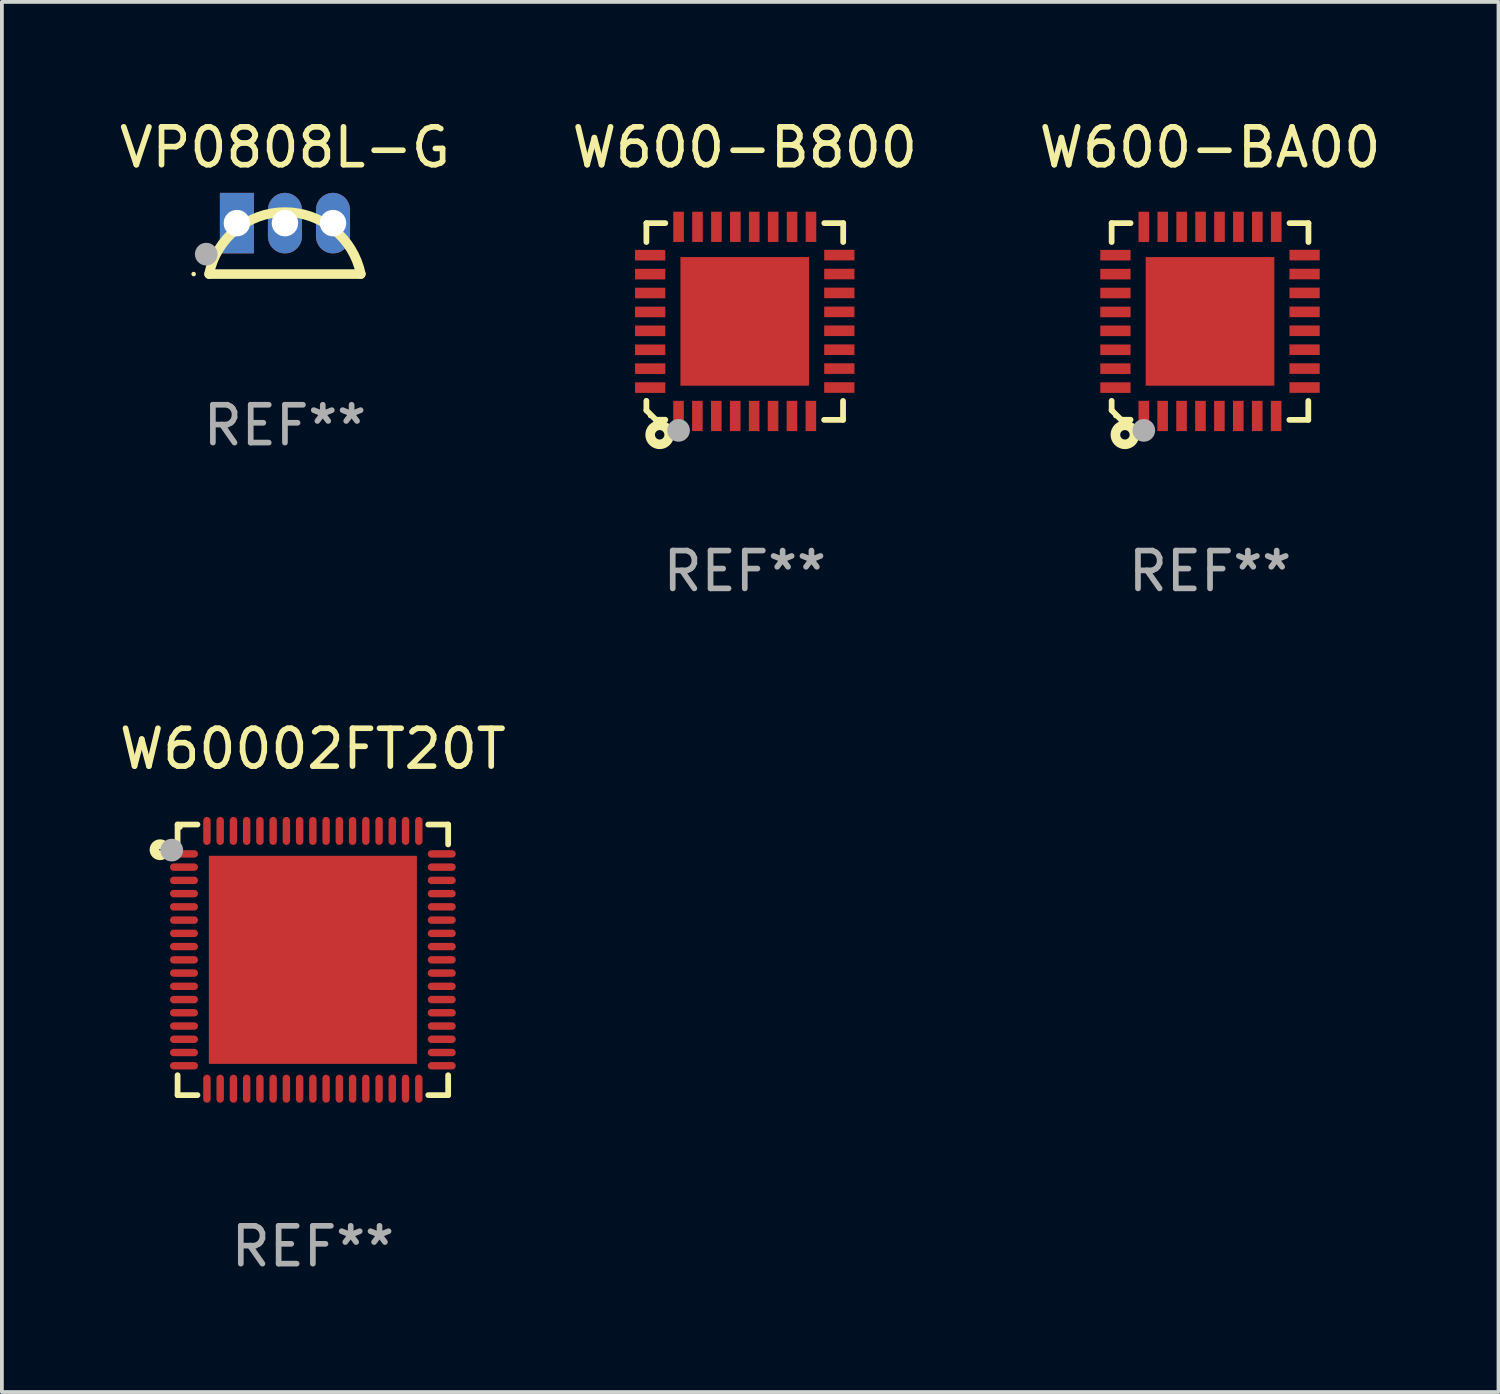
<source format=kicad_pcb>
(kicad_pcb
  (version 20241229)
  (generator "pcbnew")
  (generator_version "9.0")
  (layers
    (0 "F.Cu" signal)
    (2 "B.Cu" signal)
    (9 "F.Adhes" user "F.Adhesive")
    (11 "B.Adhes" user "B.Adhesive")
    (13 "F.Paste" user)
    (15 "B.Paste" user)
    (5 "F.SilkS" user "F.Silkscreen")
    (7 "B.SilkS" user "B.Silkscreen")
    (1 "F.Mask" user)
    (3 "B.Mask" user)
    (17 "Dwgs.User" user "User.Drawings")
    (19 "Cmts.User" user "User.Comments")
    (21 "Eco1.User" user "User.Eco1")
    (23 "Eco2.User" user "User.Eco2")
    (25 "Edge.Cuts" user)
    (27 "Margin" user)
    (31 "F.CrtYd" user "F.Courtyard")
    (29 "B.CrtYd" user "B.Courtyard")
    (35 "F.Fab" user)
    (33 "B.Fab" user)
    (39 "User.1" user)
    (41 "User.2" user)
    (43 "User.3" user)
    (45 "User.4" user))
  (footprint "W600-B800"
    (layer "F.Cu")
    (at 16.637 5.448)
    (property "Reference" "W600-B800" (at 0 -4.6 0) (layer "F.SilkS") (effects (font (size 1 1) (thickness 0.15))))
    (attr through_hole)
    (fp_line (start -2.601 2.097) (end -2.601 2.347) (stroke (width 0.152) (type solid)) (layer "F.SilkS"))
    (fp_line (start -2.601 2.347) (end -2.351 2.597) (stroke (width 0.152) (type solid)) (layer "F.SilkS"))
    (fp_line (start -2.601 -2.6) (end -2.601 -2.1) (stroke (width 0.152) (type solid)) (layer "F.SilkS"))
    (fp_line (start -2.601 -2.6) (end -2.101 -2.6) (stroke (width 0.152) (type solid)) (layer "F.SilkS"))
    (fp_line (start -2.351 2.597) (end -2.101 2.597) (stroke (width 0.152) (type solid)) (layer "F.SilkS"))
    (fp_line (start 2.597 2.6) (end 2.097 2.6) (stroke (width 0.152) (type solid)) (layer "F.SilkS"))
    (fp_line (start 2.597 2.6) (end 2.597 2.1) (stroke (width 0.152) (type solid)) (layer "F.SilkS"))
    (fp_line (start 2.601 -2.6) (end 2.101 -2.6) (stroke (width 0.152) (type solid)) (layer "F.SilkS"))
    (fp_line (start 2.601 -2.6) (end 2.601 -2.1) (stroke (width 0.152) (type solid)) (layer "F.SilkS"))
    (fp_circle (center -2.501 2.497) (end -2.471 2.497) (stroke (width 0.06) (type solid)) (fill no) (layer "F.SilkS"))
    (fp_circle (center -2.25 2.995) (end -2.125 2.995) (stroke (width 0.254) (type solid)) (fill no) (layer "F.SilkS"))
    (fp_circle (center -1.751 2.878) (end -1.601 2.878) (stroke (width 0.3) (type solid)) (fill no) (layer "F.Fab"))
    (fp_text user "REF**" (at 0 6.6 0) (layer "F.Fab") (effects (font (size 1 1) (thickness 0.15))))
    (pad "1" smd rect (at -1.751 2.497) (size 0.28 0.8) (layers "F.Cu" "F.Mask" "F.Paste"))
    (pad "2" smd rect (at -1.253 2.497) (size 0.28 0.8) (layers "F.Cu" "F.Mask" "F.Paste"))
    (pad "3" smd rect (at -0.753 2.497) (size 0.28 0.8) (layers "F.Cu" "F.Mask" "F.Paste"))
    (pad "4" smd rect (at -0.253 2.497) (size 0.28 0.8) (layers "F.Cu" "F.Mask" "F.Paste"))
    (pad "5" smd rect (at 0.247 2.497) (size 0.28 0.8) (layers "F.Cu" "F.Mask" "F.Paste"))
    (pad "6" smd rect (at 0.747 2.497) (size 0.28 0.8) (layers "F.Cu" "F.Mask" "F.Paste"))
    (pad "7" smd rect (at 1.247 2.497) (size 0.28 0.8) (layers "F.Cu" "F.Mask" "F.Paste"))
    (pad "8" smd rect (at 1.747 2.497) (size 0.28 0.8) (layers "F.Cu" "F.Mask" "F.Paste"))
    (pad "9" smd rect (at 2.499 1.746) (size 0.8 0.28) (layers "F.Cu" "F.Mask" "F.Paste"))
    (pad "10" smd rect (at 2.499 1.245) (size 0.8 0.28) (layers "F.Cu" "F.Mask" "F.Paste"))
    (pad "11" smd rect (at 2.499 0.746) (size 0.8 0.28) (layers "F.Cu" "F.Mask" "F.Paste"))
    (pad "12" smd rect (at 2.499 0.245) (size 0.8 0.28) (layers "F.Cu" "F.Mask" "F.Paste"))
    (pad "13" smd rect (at 2.499 -0.254) (size 0.8 0.28) (layers "F.Cu" "F.Mask" "F.Paste"))
    (pad "14" smd rect (at 2.499 -0.755) (size 0.8 0.28) (layers "F.Cu" "F.Mask" "F.Paste"))
    (pad "15" smd rect (at 2.499 -1.254) (size 0.8 0.28) (layers "F.Cu" "F.Mask" "F.Paste"))
    (pad "16" smd rect (at 2.499 -1.755) (size 0.8 0.28) (layers "F.Cu" "F.Mask" "F.Paste"))
    (pad "17" smd rect (at 1.75 -2.502) (size 0.28 0.8) (layers "F.Cu" "F.Mask" "F.Paste"))
    (pad "18" smd rect (at 1.25 -2.502) (size 0.28 0.8) (layers "F.Cu" "F.Mask" "F.Paste"))
    (pad "19" smd rect (at 0.75 -2.502) (size 0.28 0.8) (layers "F.Cu" "F.Mask" "F.Paste"))
    (pad "20" smd rect (at 0.25 -2.502) (size 0.28 0.8) (layers "F.Cu" "F.Mask" "F.Paste"))
    (pad "21" smd rect (at -0.25 -2.502) (size 0.28 0.8) (layers "F.Cu" "F.Mask" "F.Paste"))
    (pad "22" smd rect (at -0.75 -2.502) (size 0.28 0.8) (layers "F.Cu" "F.Mask" "F.Paste"))
    (pad "23" smd rect (at -1.25 -2.502) (size 0.28 0.8) (layers "F.Cu" "F.Mask" "F.Paste"))
    (pad "24" smd rect (at -1.75 -2.502) (size 0.28 0.8) (layers "F.Cu" "F.Mask" "F.Paste"))
    (pad "25" smd rect (at -2.501 -1.753) (size 0.8 0.28) (layers "F.Cu" "F.Mask" "F.Paste"))
    (pad "26" smd rect (at -2.501 -1.252) (size 0.8 0.28) (layers "F.Cu" "F.Mask" "F.Paste"))
    (pad "27" smd rect (at -2.501 -0.753) (size 0.8 0.28) (layers "F.Cu" "F.Mask" "F.Paste"))
    (pad "28" smd rect (at -2.501 -0.252) (size 0.8 0.28) (layers "F.Cu" "F.Mask" "F.Paste"))
    (pad "29" smd rect (at -2.501 0.247) (size 0.8 0.28) (layers "F.Cu" "F.Mask" "F.Paste"))
    (pad "30" smd rect (at -2.501 0.748) (size 0.8 0.28) (layers "F.Cu" "F.Mask" "F.Paste"))
    (pad "31" smd rect (at -2.501 1.247) (size 0.8 0.28) (layers "F.Cu" "F.Mask" "F.Paste"))
    (pad "32" smd rect (at -2.501 1.748) (size 0.8 0.28) (layers "F.Cu" "F.Mask" "F.Paste"))
    (pad "33" smd rect (at -0.001 -0.003 180) (size 3.4 3.4) (layers "F.Cu" "F.Mask" "F.Paste")))
  (footprint "W600-BA00"
    (layer "F.Cu")
    (at 28.935 5.448)
    (property "Reference" "W600-BA00" (at 0 -4.6 0) (layer "F.SilkS") (effects (font (size 1 1) (thickness 0.15))))
    (attr through_hole)
    (fp_line (start -2.601 2.097) (end -2.601 2.347) (stroke (width 0.152) (type solid)) (layer "F.SilkS"))
    (fp_line (start -2.601 2.347) (end -2.351 2.597) (stroke (width 0.152) (type solid)) (layer "F.SilkS"))
    (fp_line (start -2.601 -2.6) (end -2.601 -2.1) (stroke (width 0.152) (type solid)) (layer "F.SilkS"))
    (fp_line (start -2.601 -2.6) (end -2.101 -2.6) (stroke (width 0.152) (type solid)) (layer "F.SilkS"))
    (fp_line (start -2.351 2.597) (end -2.101 2.597) (stroke (width 0.152) (type solid)) (layer "F.SilkS"))
    (fp_line (start 2.597 2.6) (end 2.097 2.6) (stroke (width 0.152) (type solid)) (layer "F.SilkS"))
    (fp_line (start 2.597 2.6) (end 2.597 2.1) (stroke (width 0.152) (type solid)) (layer "F.SilkS"))
    (fp_line (start 2.601 -2.6) (end 2.101 -2.6) (stroke (width 0.152) (type solid)) (layer "F.SilkS"))
    (fp_line (start 2.601 -2.6) (end 2.601 -2.1) (stroke (width 0.152) (type solid)) (layer "F.SilkS"))
    (fp_circle (center -2.501 2.497) (end -2.471 2.497) (stroke (width 0.06) (type solid)) (fill no) (layer "F.SilkS"))
    (fp_circle (center -2.25 2.995) (end -2.125 2.995) (stroke (width 0.254) (type solid)) (fill no) (layer "F.SilkS"))
    (fp_circle (center -1.751 2.878) (end -1.601 2.878) (stroke (width 0.3) (type solid)) (fill no) (layer "F.Fab"))
    (fp_text user "REF**" (at 0 6.6 0) (layer "F.Fab") (effects (font (size 1 1) (thickness 0.15))))
    (pad "1" smd rect (at -1.751 2.497) (size 0.28 0.8) (layers "F.Cu" "F.Mask" "F.Paste"))
    (pad "2" smd rect (at -1.253 2.497) (size 0.28 0.8) (layers "F.Cu" "F.Mask" "F.Paste"))
    (pad "3" smd rect (at -0.753 2.497) (size 0.28 0.8) (layers "F.Cu" "F.Mask" "F.Paste"))
    (pad "4" smd rect (at -0.253 2.497) (size 0.28 0.8) (layers "F.Cu" "F.Mask" "F.Paste"))
    (pad "5" smd rect (at 0.247 2.497) (size 0.28 0.8) (layers "F.Cu" "F.Mask" "F.Paste"))
    (pad "6" smd rect (at 0.747 2.497) (size 0.28 0.8) (layers "F.Cu" "F.Mask" "F.Paste"))
    (pad "7" smd rect (at 1.247 2.497) (size 0.28 0.8) (layers "F.Cu" "F.Mask" "F.Paste"))
    (pad "8" smd rect (at 1.747 2.497) (size 0.28 0.8) (layers "F.Cu" "F.Mask" "F.Paste"))
    (pad "9" smd rect (at 2.499 1.746) (size 0.8 0.28) (layers "F.Cu" "F.Mask" "F.Paste"))
    (pad "10" smd rect (at 2.499 1.245) (size 0.8 0.28) (layers "F.Cu" "F.Mask" "F.Paste"))
    (pad "11" smd rect (at 2.499 0.746) (size 0.8 0.28) (layers "F.Cu" "F.Mask" "F.Paste"))
    (pad "12" smd rect (at 2.499 0.245) (size 0.8 0.28) (layers "F.Cu" "F.Mask" "F.Paste"))
    (pad "13" smd rect (at 2.499 -0.254) (size 0.8 0.28) (layers "F.Cu" "F.Mask" "F.Paste"))
    (pad "14" smd rect (at 2.499 -0.755) (size 0.8 0.28) (layers "F.Cu" "F.Mask" "F.Paste"))
    (pad "15" smd rect (at 2.499 -1.254) (size 0.8 0.28) (layers "F.Cu" "F.Mask" "F.Paste"))
    (pad "16" smd rect (at 2.499 -1.755) (size 0.8 0.28) (layers "F.Cu" "F.Mask" "F.Paste"))
    (pad "17" smd rect (at 1.75 -2.502) (size 0.28 0.8) (layers "F.Cu" "F.Mask" "F.Paste"))
    (pad "18" smd rect (at 1.25 -2.502) (size 0.28 0.8) (layers "F.Cu" "F.Mask" "F.Paste"))
    (pad "19" smd rect (at 0.75 -2.502) (size 0.28 0.8) (layers "F.Cu" "F.Mask" "F.Paste"))
    (pad "20" smd rect (at 0.25 -2.502) (size 0.28 0.8) (layers "F.Cu" "F.Mask" "F.Paste"))
    (pad "21" smd rect (at -0.25 -2.502) (size 0.28 0.8) (layers "F.Cu" "F.Mask" "F.Paste"))
    (pad "22" smd rect (at -0.75 -2.502) (size 0.28 0.8) (layers "F.Cu" "F.Mask" "F.Paste"))
    (pad "23" smd rect (at -1.25 -2.502) (size 0.28 0.8) (layers "F.Cu" "F.Mask" "F.Paste"))
    (pad "24" smd rect (at -1.75 -2.502) (size 0.28 0.8) (layers "F.Cu" "F.Mask" "F.Paste"))
    (pad "25" smd rect (at -2.501 -1.753) (size 0.8 0.28) (layers "F.Cu" "F.Mask" "F.Paste"))
    (pad "26" smd rect (at -2.501 -1.252) (size 0.8 0.28) (layers "F.Cu" "F.Mask" "F.Paste"))
    (pad "27" smd rect (at -2.501 -0.753) (size 0.8 0.28) (layers "F.Cu" "F.Mask" "F.Paste"))
    (pad "28" smd rect (at -2.501 -0.252) (size 0.8 0.28) (layers "F.Cu" "F.Mask" "F.Paste"))
    (pad "29" smd rect (at -2.501 0.247) (size 0.8 0.28) (layers "F.Cu" "F.Mask" "F.Paste"))
    (pad "30" smd rect (at -2.501 0.748) (size 0.8 0.28) (layers "F.Cu" "F.Mask" "F.Paste"))
    (pad "31" smd rect (at -2.501 1.247) (size 0.8 0.28) (layers "F.Cu" "F.Mask" "F.Paste"))
    (pad "32" smd rect (at -2.501 1.748) (size 0.8 0.28) (layers "F.Cu" "F.Mask" "F.Paste"))
    (pad "33" smd rect (at -0.001 -0.003 180) (size 3.4 3.4) (layers "F.Cu" "F.Mask" "F.Paste")))
  (footprint "W60002FT20T"
    (layer "F.Cu")
    (at 5.22 22.321)
    (property "Reference" "W60002FT20T" (at 0 -5.576 0) (layer "F.SilkS") (effects (font (size 1 1) (thickness 0.15))))
    (attr through_hole)
    (fp_line (start -3.576 -3.576) (end -3.05 -3.576) (stroke (width 0.152) (type solid)) (layer "F.SilkS"))
    (fp_line (start -3.576 -3.05) (end -3.576 -3.576) (stroke (width 0.152) (type solid)) (layer "F.SilkS"))
    (fp_line (start -3.576 3.05) (end -3.576 3.576) (stroke (width 0.152) (type solid)) (layer "F.SilkS"))
    (fp_line (start -3.576 3.576) (end -3.05 3.576) (stroke (width 0.152) (type solid)) (layer "F.SilkS"))
    (fp_line (start 3.576 -3.576) (end 3.05 -3.576) (stroke (width 0.152) (type solid)) (layer "F.SilkS"))
    (fp_line (start 3.576 -3.05) (end 3.576 -3.576) (stroke (width 0.152) (type solid)) (layer "F.SilkS"))
    (fp_line (start 3.576 3.05) (end 3.576 3.576) (stroke (width 0.152) (type solid)) (layer "F.SilkS"))
    (fp_line (start 3.576 3.576) (end 3.05 3.576) (stroke (width 0.152) (type solid)) (layer "F.SilkS"))
    (fp_circle (center -4.04 -2.91) (end -3.892 -2.91) (stroke (width 0.254) (type solid)) (fill no) (layer "F.SilkS"))
    (fp_circle (center -3.5 -3.5) (end -3.47 -3.5) (stroke (width 0.06) (type solid)) (fill no) (layer "F.SilkS"))
    (fp_circle (center -3.73 -2.9) (end -3.58 -2.9) (stroke (width 0.3) (type solid)) (fill no) (layer "F.Fab"))
    (fp_text user "REF**" (at 0 7.576 0) (layer "F.Fab") (effects (font (size 1 1) (thickness 0.15))))
    (pad "1" smd oval (at -3.407 -2.8) (size 0.74 0.196) (layers "F.Cu" "F.Mask" "F.Paste"))
    (pad "2" smd oval (at -3.407 -2.45) (size 0.74 0.196) (layers "F.Cu" "F.Mask" "F.Paste"))
    (pad "3" smd oval (at -3.407 -2.1) (size 0.74 0.196) (layers "F.Cu" "F.Mask" "F.Paste"))
    (pad "4" smd oval (at -3.407 -1.75) (size 0.74 0.196) (layers "F.Cu" "F.Mask" "F.Paste"))
    (pad "5" smd oval (at -3.407 -1.4) (size 0.74 0.196) (layers "F.Cu" "F.Mask" "F.Paste"))
    (pad "6" smd oval (at -3.407 -1.05) (size 0.74 0.196) (layers "F.Cu" "F.Mask" "F.Paste"))
    (pad "7" smd oval (at -3.407 -0.7) (size 0.74 0.196) (layers "F.Cu" "F.Mask" "F.Paste"))
    (pad "8" smd oval (at -3.407 -0.35) (size 0.74 0.196) (layers "F.Cu" "F.Mask" "F.Paste"))
    (pad "9" smd oval (at -3.407 0) (size 0.74 0.196) (layers "F.Cu" "F.Mask" "F.Paste"))
    (pad "10" smd oval (at -3.407 0.35) (size 0.74 0.196) (layers "F.Cu" "F.Mask" "F.Paste"))
    (pad "11" smd oval (at -3.407 0.7) (size 0.74 0.196) (layers "F.Cu" "F.Mask" "F.Paste"))
    (pad "12" smd oval (at -3.407 1.05) (size 0.74 0.196) (layers "F.Cu" "F.Mask" "F.Paste"))
    (pad "13" smd oval (at -3.407 1.4) (size 0.74 0.196) (layers "F.Cu" "F.Mask" "F.Paste"))
    (pad "14" smd oval (at -3.407 1.75) (size 0.74 0.196) (layers "F.Cu" "F.Mask" "F.Paste"))
    (pad "15" smd oval (at -3.407 2.1) (size 0.74 0.196) (layers "F.Cu" "F.Mask" "F.Paste"))
    (pad "16" smd oval (at -3.407 2.45) (size 0.74 0.196) (layers "F.Cu" "F.Mask" "F.Paste"))
    (pad "17" smd oval (at -3.407 2.8) (size 0.74 0.196) (layers "F.Cu" "F.Mask" "F.Paste"))
    (pad "18" smd oval (at -2.8 3.407) (size 0.196 0.74) (layers "F.Cu" "F.Mask" "F.Paste"))
    (pad "19" smd oval (at -2.45 3.407) (size 0.196 0.74) (layers "F.Cu" "F.Mask" "F.Paste"))
    (pad "20" smd oval (at -2.1 3.407) (size 0.196 0.74) (layers "F.Cu" "F.Mask" "F.Paste"))
    (pad "21" smd oval (at -1.75 3.407) (size 0.196 0.74) (layers "F.Cu" "F.Mask" "F.Paste"))
    (pad "22" smd oval (at -1.4 3.407) (size 0.196 0.74) (layers "F.Cu" "F.Mask" "F.Paste"))
    (pad "23" smd oval (at -1.05 3.407) (size 0.196 0.74) (layers "F.Cu" "F.Mask" "F.Paste"))
    (pad "24" smd oval (at -0.7 3.407) (size 0.196 0.74) (layers "F.Cu" "F.Mask" "F.Paste"))
    (pad "25" smd oval (at -0.35 3.407) (size 0.196 0.74) (layers "F.Cu" "F.Mask" "F.Paste"))
    (pad "26" smd oval (at 0 3.407) (size 0.196 0.74) (layers "F.Cu" "F.Mask" "F.Paste"))
    (pad "27" smd oval (at 0.35 3.407) (size 0.196 0.74) (layers "F.Cu" "F.Mask" "F.Paste"))
    (pad "28" smd oval (at 0.7 3.407) (size 0.196 0.74) (layers "F.Cu" "F.Mask" "F.Paste"))
    (pad "29" smd oval (at 1.05 3.407) (size 0.196 0.74) (layers "F.Cu" "F.Mask" "F.Paste"))
    (pad "30" smd oval (at 1.4 3.407) (size 0.196 0.74) (layers "F.Cu" "F.Mask" "F.Paste"))
    (pad "31" smd oval (at 1.75 3.407) (size 0.196 0.74) (layers "F.Cu" "F.Mask" "F.Paste"))
    (pad "32" smd oval (at 2.1 3.407) (size 0.196 0.74) (layers "F.Cu" "F.Mask" "F.Paste"))
    (pad "33" smd oval (at 2.45 3.407) (size 0.196 0.74) (layers "F.Cu" "F.Mask" "F.Paste"))
    (pad "34" smd oval (at 2.8 3.407) (size 0.196 0.74) (layers "F.Cu" "F.Mask" "F.Paste"))
    (pad "35" smd oval (at 3.407 2.8) (size 0.74 0.196) (layers "F.Cu" "F.Mask" "F.Paste"))
    (pad "36" smd oval (at 3.407 2.45) (size 0.74 0.196) (layers "F.Cu" "F.Mask" "F.Paste"))
    (pad "37" smd oval (at 3.407 2.1) (size 0.74 0.196) (layers "F.Cu" "F.Mask" "F.Paste"))
    (pad "38" smd oval (at 3.407 1.75) (size 0.74 0.196) (layers "F.Cu" "F.Mask" "F.Paste"))
    (pad "39" smd oval (at 3.407 1.4) (size 0.74 0.196) (layers "F.Cu" "F.Mask" "F.Paste"))
    (pad "40" smd oval (at 3.407 1.05) (size 0.74 0.196) (layers "F.Cu" "F.Mask" "F.Paste"))
    (pad "41" smd oval (at 3.407 0.7) (size 0.74 0.196) (layers "F.Cu" "F.Mask" "F.Paste"))
    (pad "42" smd oval (at 3.407 0.35) (size 0.74 0.196) (layers "F.Cu" "F.Mask" "F.Paste"))
    (pad "43" smd oval (at 3.407 0) (size 0.74 0.196) (layers "F.Cu" "F.Mask" "F.Paste"))
    (pad "44" smd oval (at 3.407 -0.35) (size 0.74 0.196) (layers "F.Cu" "F.Mask" "F.Paste"))
    (pad "45" smd oval (at 3.407 -0.7) (size 0.74 0.196) (layers "F.Cu" "F.Mask" "F.Paste"))
    (pad "46" smd oval (at 3.407 -1.05) (size 0.74 0.196) (layers "F.Cu" "F.Mask" "F.Paste"))
    (pad "47" smd oval (at 3.407 -1.4) (size 0.74 0.196) (layers "F.Cu" "F.Mask" "F.Paste"))
    (pad "48" smd oval (at 3.407 -1.75) (size 0.74 0.196) (layers "F.Cu" "F.Mask" "F.Paste"))
    (pad "49" smd oval (at 3.407 -2.1) (size 0.74 0.196) (layers "F.Cu" "F.Mask" "F.Paste"))
    (pad "50" smd oval (at 3.407 -2.45) (size 0.74 0.196) (layers "F.Cu" "F.Mask" "F.Paste"))
    (pad "51" smd oval (at 3.407 -2.8) (size 0.74 0.196) (layers "F.Cu" "F.Mask" "F.Paste"))
    (pad "52" smd oval (at 2.8 -3.407) (size 0.196 0.74) (layers "F.Cu" "F.Mask" "F.Paste"))
    (pad "53" smd oval (at 2.45 -3.407) (size 0.196 0.74) (layers "F.Cu" "F.Mask" "F.Paste"))
    (pad "54" smd oval (at 2.1 -3.407) (size 0.196 0.74) (layers "F.Cu" "F.Mask" "F.Paste"))
    (pad "55" smd oval (at 1.75 -3.407) (size 0.196 0.74) (layers "F.Cu" "F.Mask" "F.Paste"))
    (pad "56" smd oval (at 1.4 -3.407) (size 0.196 0.74) (layers "F.Cu" "F.Mask" "F.Paste"))
    (pad "57" smd oval (at 1.05 -3.407) (size 0.196 0.74) (layers "F.Cu" "F.Mask" "F.Paste"))
    (pad "58" smd oval (at 0.7 -3.407) (size 0.196 0.74) (layers "F.Cu" "F.Mask" "F.Paste"))
    (pad "59" smd oval (at 0.35 -3.407) (size 0.196 0.74) (layers "F.Cu" "F.Mask" "F.Paste"))
    (pad "60" smd oval (at 0 -3.407) (size 0.196 0.74) (layers "F.Cu" "F.Mask" "F.Paste"))
    (pad "61" smd oval (at -0.35 -3.407) (size 0.196 0.74) (layers "F.Cu" "F.Mask" "F.Paste"))
    (pad "62" smd oval (at -0.7 -3.407) (size 0.196 0.74) (layers "F.Cu" "F.Mask" "F.Paste"))
    (pad "63" smd oval (at -1.05 -3.407) (size 0.196 0.74) (layers "F.Cu" "F.Mask" "F.Paste"))
    (pad "64" smd oval (at -1.4 -3.407) (size 0.196 0.74) (layers "F.Cu" "F.Mask" "F.Paste"))
    (pad "65" smd oval (at -1.75 -3.407) (size 0.196 0.74) (layers "F.Cu" "F.Mask" "F.Paste"))
    (pad "66" smd oval (at -2.1 -3.407) (size 0.196 0.74) (layers "F.Cu" "F.Mask" "F.Paste"))
    (pad "67" smd oval (at -2.45 -3.407) (size 0.196 0.74) (layers "F.Cu" "F.Mask" "F.Paste"))
    (pad "68" smd oval (at -2.8 -3.407) (size 0.196 0.74) (layers "F.Cu" "F.Mask" "F.Paste"))
    (pad "69" smd rect (at 0 0) (size 5.5 5.5) (layers "F.Cu" "F.Mask" "F.Paste")))
  (footprint "VP0808L-G"
    (layer "F.Cu")
    (at 4.482 3.521)
    (property "Reference" "VP0808L-G" (at 0 -2.673 0) (layer "F.SilkS") (effects (font (size 1 1) (thickness 0.15))))
    (attr through_hole)
    (fp_line (start -2.004 0.673) (end 2.004 0.673) (stroke (width 0.254) (type solid)) (layer "F.SilkS"))
    (fp_arc (start -2.004496 0.67272) (mid 0.000083 -0.964432) (end 2.004496 0.672924) (stroke (width 0.254001) (type solid)) (layer "F.SilkS"))
    (fp_circle (center -2.413 0.673) (end -2.383 0.673) (stroke (width 0.06) (type solid)) (fill no) (layer "F.SilkS"))
    (fp_circle (center -2.08 0.147) (end -1.93 0.147) (stroke (width 0.3) (type solid)) (fill no) (layer "F.Fab"))
    (fp_text user "REF**" (at 0 4.673 0) (layer "F.Fab") (effects (font (size 1 1) (thickness 0.15))))
    (pad "1" thru_hole rect (at -1.27 -0.673) (size 0.9 1.6) (drill 0.7) (layers "*.Cu" "*.Mask"))
    (pad "2" thru_hole oval (at 0.000051 -0.673) (size 0.9 1.6) (drill 0.7) (layers "*.Cu" "*.Mask"))
    (pad "3" thru_hole oval (at 1.27 -0.673) (size 0.9 1.6) (drill 0.7) (layers "*.Cu" "*.Mask")))
  (gr_rect
    (start -3 -3)
    (end 36.56 33.745)
    (stroke (width 0.1) (type default))
    (fill no)
    (layer "Edge.Cuts")))
</source>
